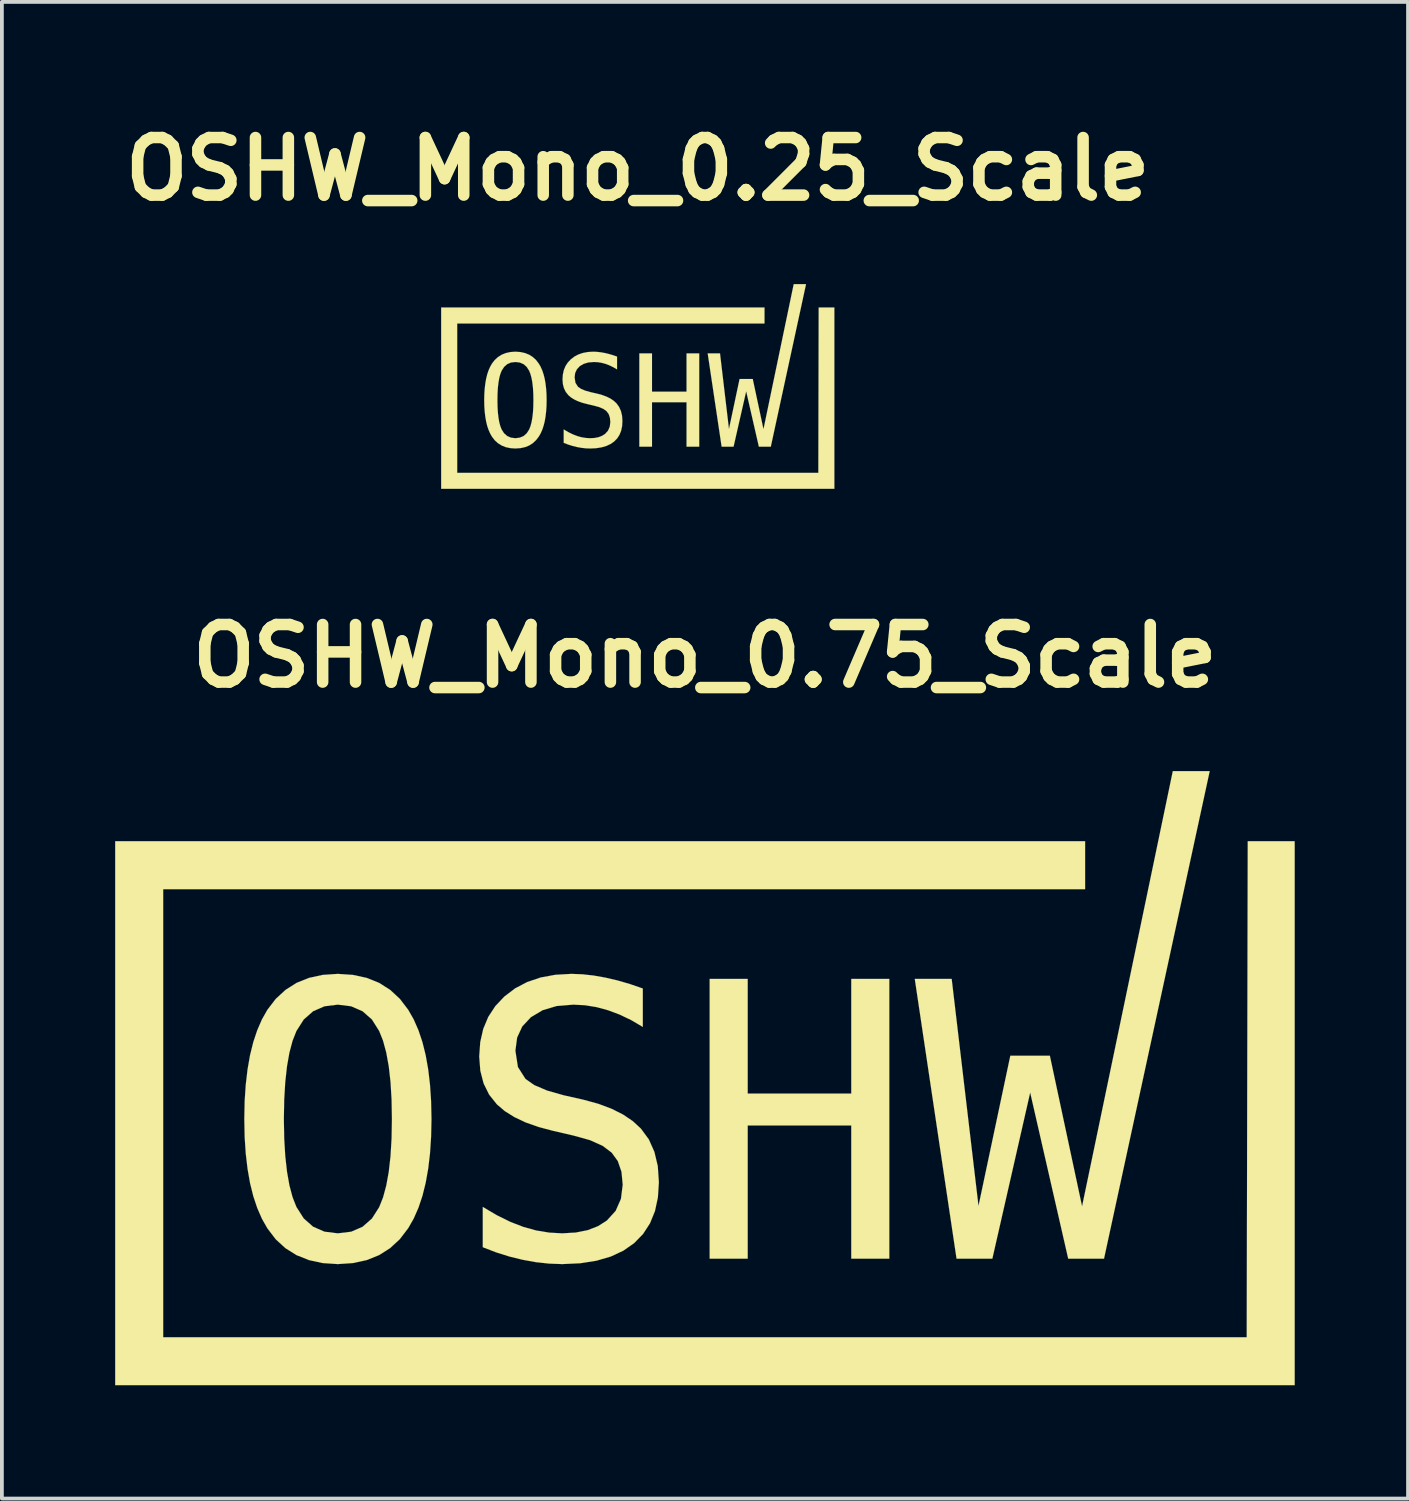
<source format=kicad_pcb>
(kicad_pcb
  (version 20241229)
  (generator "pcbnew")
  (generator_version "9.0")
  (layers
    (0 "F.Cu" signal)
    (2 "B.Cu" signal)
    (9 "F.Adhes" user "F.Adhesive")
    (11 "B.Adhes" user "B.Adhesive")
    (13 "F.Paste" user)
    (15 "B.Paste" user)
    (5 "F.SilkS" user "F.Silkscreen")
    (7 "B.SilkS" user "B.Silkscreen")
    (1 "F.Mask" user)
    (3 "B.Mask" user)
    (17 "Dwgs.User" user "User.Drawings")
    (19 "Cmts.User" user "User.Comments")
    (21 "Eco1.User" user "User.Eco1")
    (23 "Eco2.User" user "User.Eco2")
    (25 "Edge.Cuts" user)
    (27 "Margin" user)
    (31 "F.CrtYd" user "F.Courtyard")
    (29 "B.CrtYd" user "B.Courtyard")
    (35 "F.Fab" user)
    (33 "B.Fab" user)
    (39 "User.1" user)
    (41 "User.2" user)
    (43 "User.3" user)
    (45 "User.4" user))
  (footprint "OSHW_Mono_0.75_Scale"
    (layer "F.Cu")
    (at 15.618 25.502)
    (property "Reference" "OSHW_Mono_0.75_Scale" (at 0 -11.179 0) (layer "F.SilkS") (effects (font (size 1.524 1.524) (thickness 0.305))))
    (attr through_hole)
    (fp_poly (pts (xy 0.125 -2.628) (xy 1.132 -2.628) (xy 1.132 0.408) (xy 3.875 0.408) (xy 3.875 -2.628) (xy 4.882 -2.628) (xy 4.882 4.779) (xy 3.875 4.779) (xy 3.875 1.252) (xy 1.132 1.252) (xy 1.132 4.779) (xy 0.125 4.779) (xy 0.125 -2.628)) (stroke (width 0.003) (type solid)) (fill yes) (layer "F.SilkS"))
    (fp_poly (pts (xy 5.557 -2.628) (xy 6.534 -2.628) (xy 7.244 3.385) (xy 8.087 -0.594) (xy 9.134 -0.594) (xy 9.987 3.395) (xy 12.39 -8.131) (xy 13.367 -8.131) (xy 10.568 4.779) (xy 9.62 4.779) (xy 8.613 0.379) (xy 7.611 4.779) (xy 6.663 4.779) (xy 5.557 -2.628)) (stroke (width 0.003) (type solid)) (fill yes) (layer "F.SilkS"))
    (fp_poly (pts (xy -15.617 -6.275) (xy -15.617 -5.64) (xy -15.617 7.496) (xy -15.617 8.131) (xy -14.982 8.131) (xy 14.982 8.131) (xy 15.617 8.131) (xy 15.617 7.496) (xy 15.617 -6.275) (xy 14.374 -6.275) (xy 14.347 6.861) (xy -14.347 6.861) (xy -14.347 -5.005) (xy 10.067 -5.005) (xy 10.067 -6.275) (xy -14.982 -6.275) (xy -15.617 -6.275)) (stroke (width 0.003) (type solid)) (fill yes) (layer "F.SilkS"))
    (fp_poly (pts (xy -1.646 -2.375) (xy -1.646 -1.358) (xy -1.951 -1.537) (xy -2.257 -1.684) (xy -2.564 -1.799) (xy -2.869 -1.882) (xy -3.177 -1.932) (xy -3.487 -1.948) (xy -3.927 -1.911) (xy -4.3 -1.8) (xy -4.608 -1.616) (xy -4.837 -1.372) (xy -4.974 -1.076) (xy -5.02 -0.728) (xy -4.953 -0.295) (xy -4.752 0.021) (xy -4.518 0.184) (xy -4.181 0.328) (xy -3.74 0.453) (xy -3.214 0.572) (xy -2.82 0.68) (xy -2.471 0.811) (xy -2.167 0.964) (xy -1.909 1.139) (xy -1.696 1.336) (xy -1.487 1.62) (xy -1.339 1.951) (xy -1.249 2.329) (xy -1.22 2.755) (xy -1.246 3.157) (xy -1.324 3.52) (xy -1.455 3.842) (xy -1.639 4.125) (xy -1.874 4.367) (xy -2.16 4.567) (xy -2.494 4.723) (xy -2.875 4.834) (xy -3.303 4.901) (xy -3.779 4.923) (xy -4.127 4.91) (xy -4.476 4.872) (xy -4.826 4.809) (xy -5.177 4.723) (xy -5.53 4.612) (xy -5.883 4.476) (xy -5.883 3.41) (xy -5.51 3.63) (xy -5.151 3.807) (xy -4.806 3.94) (xy -4.465 4.034) (xy -4.123 4.09) (xy -3.779 4.109) (xy -3.421 4.088) (xy -3.105 4.025) (xy -2.831 3.919) (xy -2.599 3.772) (xy -2.364 3.514) (xy -2.224 3.196) (xy -2.177 2.819) (xy -2.21 2.478) (xy -2.307 2.195) (xy -2.47 1.971) (xy -2.709 1.791) (xy -3.045 1.64) (xy -3.477 1.52) (xy -4.013 1.396) (xy -4.403 1.293) (xy -4.748 1.171) (xy -5.047 1.03) (xy -5.302 0.87) (xy -5.511 0.691) (xy -5.715 0.435) (xy -5.861 0.139) (xy -5.948 -0.197) (xy -5.977 -0.574) (xy -5.95 -0.955) (xy -5.871 -1.304) (xy -5.738 -1.622) (xy -5.552 -1.907) (xy -5.312 -2.161) (xy -5.027 -2.378) (xy -4.707 -2.546) (xy -4.351 -2.666) (xy -3.961 -2.738) (xy -3.536 -2.762) (xy -3.247 -2.751) (xy -2.948 -2.718) (xy -2.638 -2.663) (xy -2.319 -2.589) (xy -1.988 -2.493) (xy -1.646 -2.375)) (stroke (width 0.003) (type solid)) (fill yes) (layer "F.SilkS"))
    (fp_poly (pts (xy -8.289 1.083) (xy -7.242 1.083) (xy -7.252 1.551) (xy -7.281 1.989) (xy -7.329 2.396) (xy -7.396 2.772) (xy -7.482 3.118) (xy -7.588 3.433) (xy -7.713 3.717) (xy -7.857 3.97) (xy -8.079 4.261) (xy -8.336 4.499) (xy -8.629 4.685) (xy -8.958 4.817) (xy -9.322 4.896) (xy -9.723 4.923) (xy -10.123 4.896) (xy -10.488 4.817) (xy -10.816 4.686) (xy -11.109 4.502) (xy -11.367 4.265) (xy -11.588 3.975) (xy -11.731 3.723) (xy -11.855 3.439) (xy -11.96 3.124) (xy -12.046 2.778) (xy -12.112 2.401) (xy -12.16 1.993) (xy -12.189 1.554) (xy -12.198 1.083) (xy -12.189 0.613) (xy -12.16 0.175) (xy -12.112 -0.233) (xy -12.046 -0.61) (xy -11.96 -0.956) (xy -11.855 -1.271) (xy -11.731 -1.556) (xy -11.588 -1.809) (xy -11.365 -2.1) (xy -11.107 -2.338) (xy -10.814 -2.524) (xy -10.485 -2.656) (xy -10.122 -2.735) (xy -9.723 -2.762) (xy -9.322 -2.735) (xy -8.958 -2.656) (xy -8.629 -2.524) (xy -8.336 -2.338) (xy -8.079 -2.1) (xy -7.857 -1.809) (xy -7.713 -1.556) (xy -7.588 -1.271) (xy -7.482 -0.956) (xy -7.396 -0.61) (xy -7.329 -0.233) (xy -7.281 0.175) (xy -7.252 0.613) (xy -7.242 1.083) (xy -8.289 1.083) (xy -8.298 0.565) (xy -8.326 0.099) (xy -8.373 -0.316) (xy -8.439 -0.679) (xy -8.523 -0.99) (xy -8.626 -1.249) (xy -8.819 -1.555) (xy -9.067 -1.773) (xy -9.368 -1.904) (xy -9.723 -1.948) (xy -10.076 -1.904) (xy -10.376 -1.773) (xy -10.624 -1.555) (xy -10.819 -1.249) (xy -10.921 -0.99) (xy -11.004 -0.679) (xy -11.068 -0.316) (xy -11.114 0.099) (xy -11.142 0.565) (xy -11.151 1.083) (xy -11.142 1.6) (xy -11.114 2.065) (xy -11.068 2.478) (xy -11.004 2.84) (xy -10.921 3.151) (xy -10.819 3.41) (xy -10.624 3.716) (xy -10.376 3.934) (xy -10.076 4.065) (xy -9.723 4.109) (xy -9.368 4.066) (xy -9.067 3.936) (xy -8.819 3.718) (xy -8.626 3.415) (xy -8.523 3.156) (xy -8.439 2.845) (xy -8.373 2.482) (xy -8.326 2.067) (xy -8.298 1.601) (xy -8.289 1.083)) (stroke (width 0.003) (type solid)) (fill yes) (layer "F.SilkS")))
  (footprint "OSHW_Mono_0.25_Scale"
    (layer "F.Cu")
    (at 13.839 7.185)
    (property "Reference" "OSHW_Mono_0.25_Scale" (at 0 -5.758 0) (layer "F.SilkS") (effects (font (size 1.524 1.524) (thickness 0.305))))
    (attr through_hole)
    (fp_poly (pts (xy 0.042 -0.876) (xy 0.377 -0.876) (xy 0.377 0.136) (xy 1.292 0.136) (xy 1.292 -0.876) (xy 1.627 -0.876) (xy 1.627 1.593) (xy 1.292 1.593) (xy 1.292 0.417) (xy 0.377 0.417) (xy 0.377 1.593) (xy 0.042 1.593) (xy 0.042 -0.876)) (stroke (width 0.003) (type solid)) (fill yes) (layer "F.SilkS"))
    (fp_poly (pts (xy 1.852 -0.876) (xy 2.178 -0.876) (xy 2.415 1.128) (xy 2.696 -0.198) (xy 3.045 -0.198) (xy 3.329 1.132) (xy 4.13 -2.71) (xy 4.456 -2.71) (xy 3.523 1.593) (xy 3.207 1.593) (xy 2.871 0.126) (xy 2.537 1.593) (xy 2.221 1.593) (xy 1.852 -0.876)) (stroke (width 0.003) (type solid)) (fill yes) (layer "F.SilkS"))
    (fp_poly (pts (xy -5.206 -2.092) (xy -5.206 -1.88) (xy -5.206 2.499) (xy -5.206 2.71) (xy -4.994 2.71) (xy 4.994 2.71) (xy 5.206 2.71) (xy 5.206 2.499) (xy 5.206 -2.092) (xy 4.791 -2.092) (xy 4.782 2.287) (xy -4.782 2.287) (xy -4.782 -1.668) (xy 3.356 -1.668) (xy 3.356 -2.092) (xy -4.994 -2.092) (xy -5.206 -2.092)) (stroke (width 0.003) (type solid)) (fill yes) (layer "F.SilkS"))
    (fp_poly (pts (xy -0.549 -0.792) (xy -0.549 -0.453) (xy -0.65 -0.512) (xy -0.752 -0.561) (xy -0.855 -0.6) (xy -0.956 -0.627) (xy -1.059 -0.644) (xy -1.162 -0.649) (xy -1.309 -0.637) (xy -1.433 -0.6) (xy -1.536 -0.539) (xy -1.612 -0.457) (xy -1.658 -0.359) (xy -1.673 -0.243) (xy -1.651 -0.098) (xy -1.584 0.007) (xy -1.506 0.061) (xy -1.394 0.109) (xy -1.247 0.151) (xy -1.071 0.191) (xy -0.94 0.227) (xy -0.824 0.27) (xy -0.722 0.321) (xy -0.636 0.38) (xy -0.565 0.445) (xy -0.496 0.54) (xy -0.446 0.65) (xy -0.416 0.776) (xy -0.407 0.918) (xy -0.415 1.052) (xy -0.441 1.173) (xy -0.485 1.281) (xy -0.546 1.375) (xy -0.625 1.456) (xy -0.72 1.522) (xy -0.831 1.574) (xy -0.958 1.611) (xy -1.101 1.634) (xy -1.26 1.641) (xy -1.376 1.637) (xy -1.492 1.624) (xy -1.609 1.603) (xy -1.726 1.574) (xy -1.843 1.537) (xy -1.961 1.492) (xy -1.961 1.137) (xy -1.837 1.21) (xy -1.717 1.269) (xy -1.602 1.313) (xy -1.488 1.345) (xy -1.374 1.363) (xy -1.26 1.37) (xy -1.14 1.363) (xy -1.035 1.342) (xy -0.944 1.306) (xy -0.866 1.257) (xy -0.788 1.171) (xy -0.741 1.065) (xy -0.726 0.94) (xy -0.737 0.826) (xy -0.769 0.732) (xy -0.823 0.657) (xy -0.903 0.597) (xy -1.015 0.547) (xy -1.159 0.507) (xy -1.338 0.465) (xy -1.468 0.431) (xy -1.583 0.39) (xy -1.682 0.343) (xy -1.767 0.29) (xy -1.837 0.23) (xy -1.905 0.145) (xy -1.954 0.046) (xy -1.983 -0.066) (xy -1.992 -0.191) (xy -1.983 -0.318) (xy -1.957 -0.435) (xy -1.913 -0.541) (xy -1.851 -0.636) (xy -1.771 -0.72) (xy -1.676 -0.793) (xy -1.569 -0.849) (xy -1.45 -0.889) (xy -1.32 -0.913) (xy -1.179 -0.921) (xy -1.082 -0.917) (xy -0.983 -0.906) (xy -0.879 -0.888) (xy -0.773 -0.863) (xy -0.663 -0.831) (xy -0.549 -0.792)) (stroke (width 0.003) (type solid)) (fill yes) (layer "F.SilkS"))
    (fp_poly (pts (xy -2.763 0.361) (xy -2.414 0.361) (xy -2.417 0.517) (xy -2.427 0.663) (xy -2.443 0.799) (xy -2.465 0.924) (xy -2.494 1.039) (xy -2.529 1.144) (xy -2.571 1.239) (xy -2.619 1.323) (xy -2.693 1.42) (xy -2.779 1.5) (xy -2.876 1.562) (xy -2.986 1.606) (xy -3.107 1.632) (xy -3.241 1.641) (xy -3.374 1.632) (xy -3.496 1.606) (xy -3.605 1.562) (xy -3.703 1.501) (xy -3.789 1.422) (xy -3.863 1.325) (xy -3.91 1.241) (xy -3.952 1.146) (xy -3.987 1.041) (xy -4.015 0.926) (xy -4.037 0.8) (xy -4.053 0.664) (xy -4.063 0.518) (xy -4.066 0.361) (xy -4.063 0.204) (xy -4.053 0.058) (xy -4.037 -0.078) (xy -4.015 -0.203) (xy -3.987 -0.319) (xy -3.952 -0.424) (xy -3.91 -0.519) (xy -3.863 -0.603) (xy -3.788 -0.7) (xy -3.702 -0.779) (xy -3.605 -0.841) (xy -3.495 -0.885) (xy -3.374 -0.912) (xy -3.241 -0.921) (xy -3.107 -0.912) (xy -2.986 -0.885) (xy -2.876 -0.841) (xy -2.779 -0.779) (xy -2.693 -0.7) (xy -2.619 -0.603) (xy -2.571 -0.519) (xy -2.529 -0.424) (xy -2.494 -0.319) (xy -2.465 -0.203) (xy -2.443 -0.078) (xy -2.427 0.058) (xy -2.417 0.204) (xy -2.414 0.361) (xy -2.763 0.361) (xy -2.766 0.188) (xy -2.775 0.033) (xy -2.791 -0.105) (xy -2.813 -0.226) (xy -2.841 -0.33) (xy -2.875 -0.416) (xy -2.94 -0.518) (xy -3.022 -0.591) (xy -3.123 -0.635) (xy -3.241 -0.649) (xy -3.359 -0.635) (xy -3.459 -0.591) (xy -3.541 -0.518) (xy -3.606 -0.416) (xy -3.64 -0.33) (xy -3.668 -0.226) (xy -3.689 -0.105) (xy -3.705 0.033) (xy -3.714 0.188) (xy -3.717 0.361) (xy -3.714 0.533) (xy -3.705 0.688) (xy -3.689 0.826) (xy -3.668 0.947) (xy -3.64 1.05) (xy -3.606 1.137) (xy -3.541 1.239) (xy -3.459 1.311) (xy -3.359 1.355) (xy -3.241 1.37) (xy -3.123 1.355) (xy -3.022 1.312) (xy -2.94 1.239) (xy -2.875 1.138) (xy -2.841 1.052) (xy -2.813 0.948) (xy -2.791 0.827) (xy -2.775 0.689) (xy -2.766 0.534) (xy -2.763 0.361)) (stroke (width 0.003) (type solid)) (fill yes) (layer "F.SilkS")))
  (gr_rect
    (start -3 -3)
    (end 34.237 36.634)
    (stroke (width 0.1) (type default))
    (fill no)
    (layer "Edge.Cuts")))
</source>
